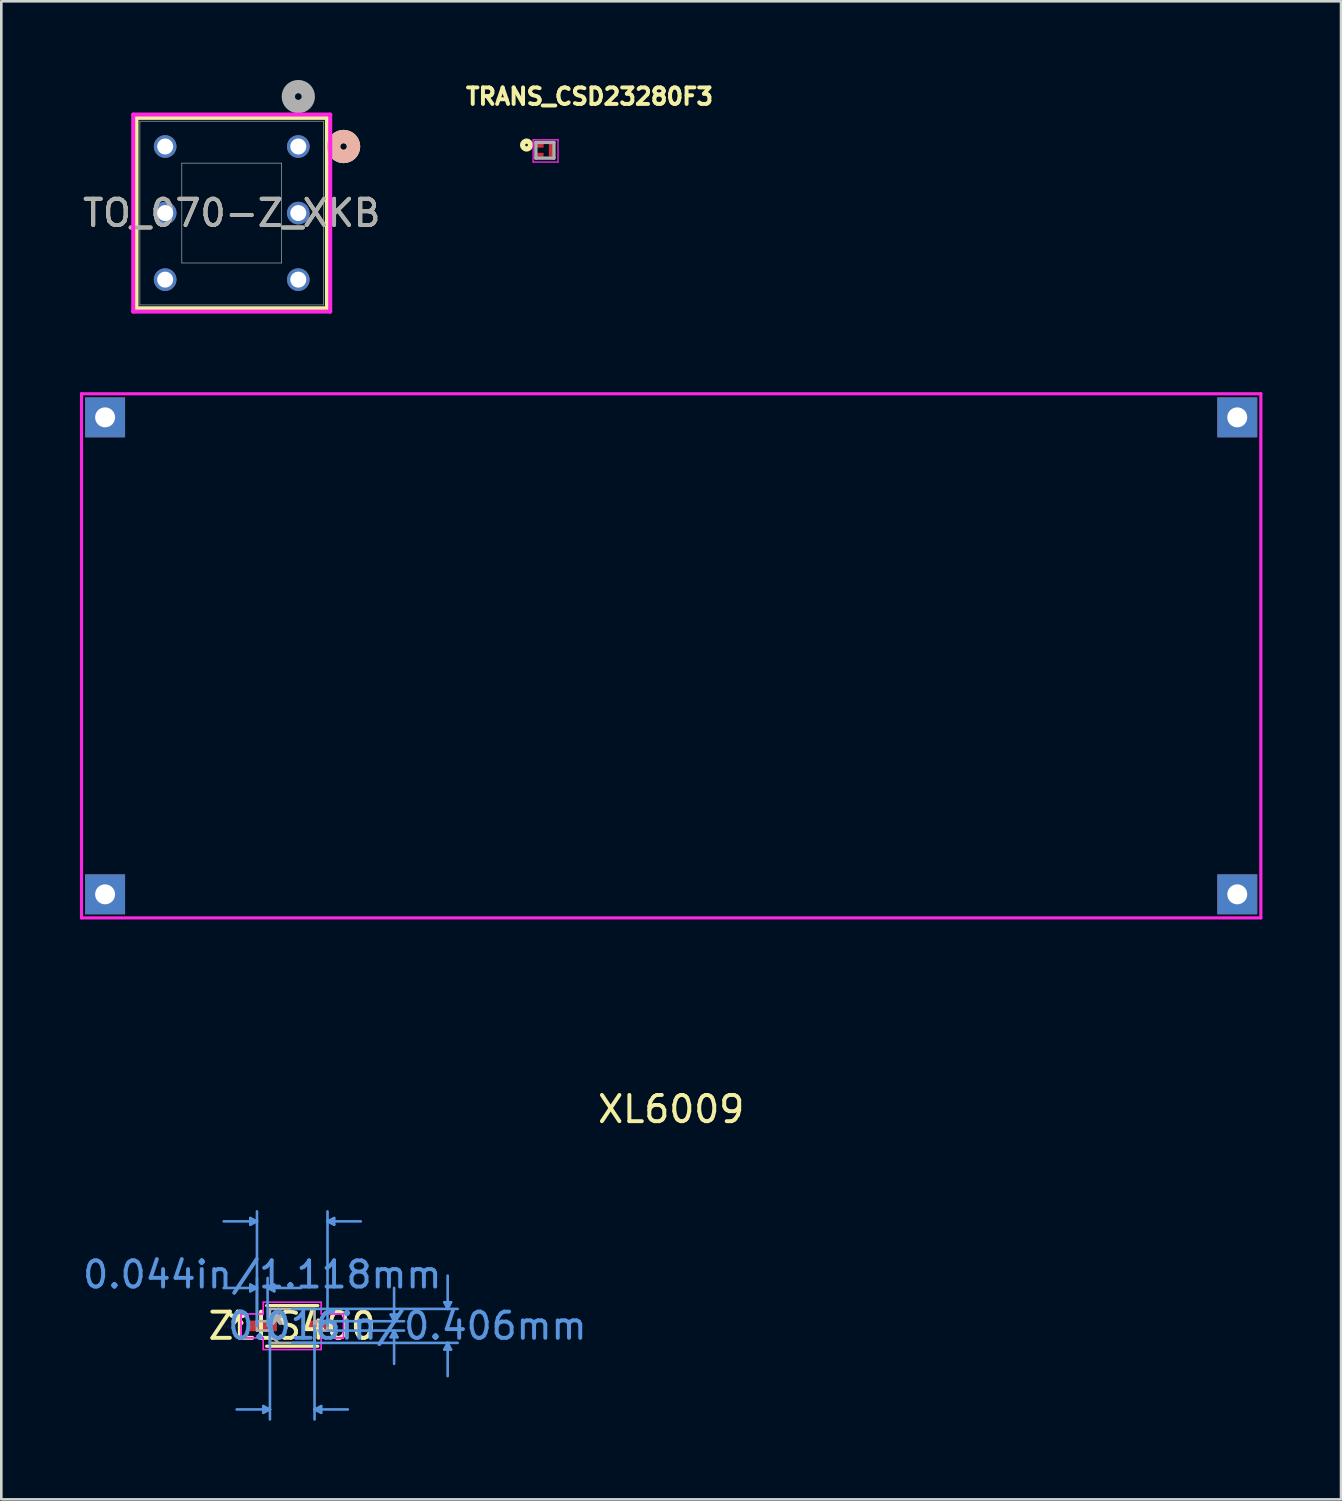
<source format=kicad_pcb>
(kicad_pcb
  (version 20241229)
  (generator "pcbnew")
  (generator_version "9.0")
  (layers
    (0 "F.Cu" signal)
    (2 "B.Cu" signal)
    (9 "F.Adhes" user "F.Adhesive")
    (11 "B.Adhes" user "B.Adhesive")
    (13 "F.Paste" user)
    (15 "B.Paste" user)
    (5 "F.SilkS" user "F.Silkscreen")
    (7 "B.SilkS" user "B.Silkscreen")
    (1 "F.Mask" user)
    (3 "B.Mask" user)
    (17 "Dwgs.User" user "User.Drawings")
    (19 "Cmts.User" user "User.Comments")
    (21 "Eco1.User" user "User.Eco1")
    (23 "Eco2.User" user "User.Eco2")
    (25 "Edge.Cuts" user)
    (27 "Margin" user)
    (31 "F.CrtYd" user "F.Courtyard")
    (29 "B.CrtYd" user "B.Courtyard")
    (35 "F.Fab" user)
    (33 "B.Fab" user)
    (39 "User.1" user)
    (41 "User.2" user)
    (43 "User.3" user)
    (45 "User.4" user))
  (footprint "XL6009"
    (layer "F.Cu")
    (at 22.56 22.175)
    (property "Reference" "XL6009" (at 0 17.1 0) (layer "F.SilkS") (effects (font (size 1 1) (thickness 0.15))))
    (attr through_hole)
    (fp_line (start -22.5 -10.2) (end -22.5 9.8) (stroke (width 0.12) (type solid)) (layer "F.CrtYd"))
    (fp_line (start -22.5 -10.2) (end 22.5 -10.2) (stroke (width 0.12) (type solid)) (layer "F.CrtYd"))
    (fp_line (start -22.5 9.8) (end 22.5 9.8) (stroke (width 0.12) (type solid)) (layer "F.CrtYd"))
    (fp_line (start 22.5 -10.2) (end 22.5 9.8) (stroke (width 0.12) (type solid)) (layer "F.CrtYd"))
    (pad "I+" thru_hole rect (at -21.6 -9.3) (size 1.524 1.524) (drill 0.762) (layers "*.Cu" "*.Mask"))
    (pad "I-" thru_hole rect (at -21.6 8.9) (size 1.524 1.524) (drill 0.762) (layers "*.Cu" "*.Mask"))
    (pad "O+" thru_hole rect (at 21.6 -9.3) (size 1.524 1.524) (drill 0.762) (layers "*.Cu" "*.Mask"))
    (pad "O-" thru_hole rect (at 21.6 8.9) (size 1.524 1.524) (drill 0.762) (layers "*.Cu" "*.Mask")))
  (footprint "ZLLS400"
    (layer "F.Cu")
    (at 8.101 47.542)
    (property "Reference" "ZLLS400" (at 0 0 0) (layer "F.SilkS") (effects (font (size 1 1) (thickness 0.15))))
    (attr through_hole)
    (fp_line (start -0.978 0.775) (end 0.978 0.775) (stroke (width 0.12) (type solid)) (layer "F.SilkS"))
    (fp_line (start 0.978 -0.775) (end -0.978 -0.775) (stroke (width 0.12) (type solid)) (layer "F.SilkS"))
    (fp_line (start -1.6 -4.115) (end -1.6 -3.861) (stroke (width 0.1) (type solid)) (layer "Cmts.User"))
    (fp_line (start -1.6 -1.575) (end -1.6 -1.321) (stroke (width 0.1) (type solid)) (layer "Cmts.User"))
    (fp_line (start -1.346 -3.988) (end -2.616 -3.988) (stroke (width 0.1) (type solid)) (layer "Cmts.User"))
    (fp_line (start -1.346 -3.988) (end -1.6 -4.115) (stroke (width 0.1) (type solid)) (layer "Cmts.User"))
    (fp_line (start -1.346 -3.988) (end -1.6 -3.861) (stroke (width 0.1) (type solid)) (layer "Cmts.User"))
    (fp_line (start -1.346 -1.448) (end -2.616 -1.448) (stroke (width 0.1) (type solid)) (layer "Cmts.User"))
    (fp_line (start -1.346 -1.448) (end -1.6 -1.575) (stroke (width 0.1) (type solid)) (layer "Cmts.User"))
    (fp_line (start -1.346 -1.448) (end -1.6 -1.321) (stroke (width 0.1) (type solid)) (layer "Cmts.User"))
    (fp_line (start -1.346 0) (end -1.346 -4.369) (stroke (width 0.1) (type solid)) (layer "Cmts.User"))
    (fp_line (start -1.346 0) (end -1.346 -1.829) (stroke (width 0.1) (type solid)) (layer "Cmts.User"))
    (fp_line (start -1.105 3.061) (end -1.105 3.315) (stroke (width 0.1) (type solid)) (layer "Cmts.User"))
    (fp_line (start -0.94 -1.448) (end -0.686 -1.575) (stroke (width 0.1) (type solid)) (layer "Cmts.User"))
    (fp_line (start -0.94 -1.448) (end -0.686 -1.321) (stroke (width 0.1) (type solid)) (layer "Cmts.User"))
    (fp_line (start -0.94 -1.448) (end 0.33 -1.448) (stroke (width 0.1) (type solid)) (layer "Cmts.User"))
    (fp_line (start -0.94 0) (end -0.94 -1.829) (stroke (width 0.1) (type solid)) (layer "Cmts.User"))
    (fp_line (start -0.851 0) (end -0.851 3.569) (stroke (width 0.1) (type solid)) (layer "Cmts.User"))
    (fp_line (start -0.851 3.188) (end -2.121 3.188) (stroke (width 0.1) (type solid)) (layer "Cmts.User"))
    (fp_line (start -0.851 3.188) (end -1.105 3.061) (stroke (width 0.1) (type solid)) (layer "Cmts.User"))
    (fp_line (start -0.851 3.188) (end -1.105 3.315) (stroke (width 0.1) (type solid)) (layer "Cmts.User"))
    (fp_line (start -0.686 -1.575) (end -0.686 -1.321) (stroke (width 0.1) (type solid)) (layer "Cmts.User"))
    (fp_line (start 0 -0.648) (end 6.312 -0.648) (stroke (width 0.1) (type solid)) (layer "Cmts.User"))
    (fp_line (start 0 0.648) (end 6.312 0.648) (stroke (width 0.1) (type solid)) (layer "Cmts.User"))
    (fp_line (start 0.851 0) (end 0.851 3.569) (stroke (width 0.1) (type solid)) (layer "Cmts.User"))
    (fp_line (start 0.851 3.188) (end 1.105 3.061) (stroke (width 0.1) (type solid)) (layer "Cmts.User"))
    (fp_line (start 0.851 3.188) (end 1.105 3.315) (stroke (width 0.1) (type solid)) (layer "Cmts.User"))
    (fp_line (start 0.851 3.188) (end 2.121 3.188) (stroke (width 0.1) (type solid)) (layer "Cmts.User"))
    (fp_line (start 1.105 3.061) (end 1.105 3.315) (stroke (width 0.1) (type solid)) (layer "Cmts.User"))
    (fp_line (start 1.346 -3.988) (end 1.6 -4.115) (stroke (width 0.1) (type solid)) (layer "Cmts.User"))
    (fp_line (start 1.346 -3.988) (end 1.6 -3.861) (stroke (width 0.1) (type solid)) (layer "Cmts.User"))
    (fp_line (start 1.346 -3.988) (end 2.616 -3.988) (stroke (width 0.1) (type solid)) (layer "Cmts.User"))
    (fp_line (start 1.346 -0.178) (end 4.267 -0.178) (stroke (width 0.1) (type solid)) (layer "Cmts.User"))
    (fp_line (start 1.346 0) (end 1.346 -4.369) (stroke (width 0.1) (type solid)) (layer "Cmts.User"))
    (fp_line (start 1.346 0.178) (end 4.267 0.178) (stroke (width 0.1) (type solid)) (layer "Cmts.User"))
    (fp_line (start 1.6 -4.115) (end 1.6 -3.861) (stroke (width 0.1) (type solid)) (layer "Cmts.User"))
    (fp_line (start 3.759 -0.432) (end 4.013 -0.432) (stroke (width 0.1) (type solid)) (layer "Cmts.User"))
    (fp_line (start 3.759 0.432) (end 4.013 0.432) (stroke (width 0.1) (type solid)) (layer "Cmts.User"))
    (fp_line (start 3.886 -0.178) (end 3.759 -0.432) (stroke (width 0.1) (type solid)) (layer "Cmts.User"))
    (fp_line (start 3.886 -0.178) (end 3.886 -1.448) (stroke (width 0.1) (type solid)) (layer "Cmts.User"))
    (fp_line (start 3.886 -0.178) (end 4.013 -0.432) (stroke (width 0.1) (type solid)) (layer "Cmts.User"))
    (fp_line (start 3.886 0.178) (end 3.759 0.432) (stroke (width 0.1) (type solid)) (layer "Cmts.User"))
    (fp_line (start 3.886 0.178) (end 3.886 1.448) (stroke (width 0.1) (type solid)) (layer "Cmts.User"))
    (fp_line (start 3.886 0.178) (end 4.013 0.432) (stroke (width 0.1) (type solid)) (layer "Cmts.User"))
    (fp_line (start 5.804 -0.902) (end 6.058 -0.902) (stroke (width 0.1) (type solid)) (layer "Cmts.User"))
    (fp_line (start 5.804 0.902) (end 6.058 0.902) (stroke (width 0.1) (type solid)) (layer "Cmts.User"))
    (fp_line (start 5.931 -0.648) (end 5.804 -0.902) (stroke (width 0.1) (type solid)) (layer "Cmts.User"))
    (fp_line (start 5.931 -0.648) (end 5.931 -1.918) (stroke (width 0.1) (type solid)) (layer "Cmts.User"))
    (fp_line (start 5.931 -0.648) (end 6.058 -0.902) (stroke (width 0.1) (type solid)) (layer "Cmts.User"))
    (fp_line (start 5.931 0.648) (end 5.804 0.902) (stroke (width 0.1) (type solid)) (layer "Cmts.User"))
    (fp_line (start 5.931 0.648) (end 5.931 1.918) (stroke (width 0.1) (type solid)) (layer "Cmts.User"))
    (fp_line (start 5.931 0.648) (end 6.058 0.902) (stroke (width 0.1) (type solid)) (layer "Cmts.User"))
    (fp_line (start -1.956 -0.457) (end -1.105 -0.457) (stroke (width 0.05) (type solid)) (layer "F.CrtYd"))
    (fp_line (start -1.956 -0.457) (end -1.105 -0.457) (stroke (width 0.05) (type solid)) (layer "F.CrtYd"))
    (fp_line (start -1.956 0.457) (end -1.956 -0.457) (stroke (width 0.05) (type solid)) (layer "F.CrtYd"))
    (fp_line (start -1.956 0.457) (end -1.956 -0.457) (stroke (width 0.05) (type solid)) (layer "F.CrtYd"))
    (fp_line (start -1.105 -0.902) (end 1.105 -0.902) (stroke (width 0.05) (type solid)) (layer "F.CrtYd"))
    (fp_line (start -1.105 -0.902) (end 1.105 -0.902) (stroke (width 0.05) (type solid)) (layer "F.CrtYd"))
    (fp_line (start -1.105 -0.457) (end -1.105 -0.902) (stroke (width 0.05) (type solid)) (layer "F.CrtYd"))
    (fp_line (start -1.105 -0.457) (end -1.105 -0.902) (stroke (width 0.05) (type solid)) (layer "F.CrtYd"))
    (fp_line (start -1.105 0.457) (end -1.956 0.457) (stroke (width 0.05) (type solid)) (layer "F.CrtYd"))
    (fp_line (start -1.105 0.457) (end -1.956 0.457) (stroke (width 0.05) (type solid)) (layer "F.CrtYd"))
    (fp_line (start -1.105 0.902) (end -1.105 0.457) (stroke (width 0.05) (type solid)) (layer "F.CrtYd"))
    (fp_line (start -1.105 0.902) (end -1.105 0.457) (stroke (width 0.05) (type solid)) (layer "F.CrtYd"))
    (fp_line (start 1.105 -0.902) (end 1.105 -0.457) (stroke (width 0.05) (type solid)) (layer "F.CrtYd"))
    (fp_line (start 1.105 -0.902) (end 1.105 -0.457) (stroke (width 0.05) (type solid)) (layer "F.CrtYd"))
    (fp_line (start 1.105 -0.457) (end 1.956 -0.457) (stroke (width 0.05) (type solid)) (layer "F.CrtYd"))
    (fp_line (start 1.105 -0.457) (end 1.956 -0.457) (stroke (width 0.05) (type solid)) (layer "F.CrtYd"))
    (fp_line (start 1.105 0.457) (end 1.105 0.902) (stroke (width 0.05) (type solid)) (layer "F.CrtYd"))
    (fp_line (start 1.105 0.457) (end 1.105 0.902) (stroke (width 0.05) (type solid)) (layer "F.CrtYd"))
    (fp_line (start 1.105 0.902) (end -1.105 0.902) (stroke (width 0.05) (type solid)) (layer "F.CrtYd"))
    (fp_line (start 1.105 0.902) (end -1.105 0.902) (stroke (width 0.05) (type solid)) (layer "F.CrtYd"))
    (fp_line (start 1.956 -0.457) (end 1.956 0.457) (stroke (width 0.05) (type solid)) (layer "F.CrtYd"))
    (fp_line (start 1.956 -0.457) (end 1.956 0.457) (stroke (width 0.05) (type solid)) (layer "F.CrtYd"))
    (fp_line (start 1.956 0.457) (end 1.105 0.457) (stroke (width 0.05) (type solid)) (layer "F.CrtYd"))
    (fp_line (start 1.956 0.457) (end 1.105 0.457) (stroke (width 0.05) (type solid)) (layer "F.CrtYd"))
    (fp_line (start -1.346 -0.178) (end -1.346 0.178) (stroke (width 0.1) (type solid)) (layer "F.Fab"))
    (fp_line (start -1.346 0.178) (end -0.851 0.178) (stroke (width 0.1) (type solid)) (layer "F.Fab"))
    (fp_line (start -0.851 -0.648) (end -0.851 0.648) (stroke (width 0.1) (type solid)) (layer "F.Fab"))
    (fp_line (start -0.851 -0.324) (end -0.527 -0.648) (stroke (width 0.1) (type solid)) (layer "F.Fab"))
    (fp_line (start -0.851 -0.178) (end -1.346 -0.178) (stroke (width 0.1) (type solid)) (layer "F.Fab"))
    (fp_line (start -0.851 0.178) (end -0.851 -0.178) (stroke (width 0.1) (type solid)) (layer "F.Fab"))
    (fp_line (start -0.851 0.324) (end -0.527 0.648) (stroke (width 0.1) (type solid)) (layer "F.Fab"))
    (fp_line (start -0.851 0.648) (end 0.851 0.648) (stroke (width 0.1) (type solid)) (layer "F.Fab"))
    (fp_line (start 0.851 -0.648) (end -0.851 -0.648) (stroke (width 0.1) (type solid)) (layer "F.Fab"))
    (fp_line (start 0.851 -0.178) (end 0.851 0.178) (stroke (width 0.1) (type solid)) (layer "F.Fab"))
    (fp_line (start 0.851 0.178) (end 1.346 0.178) (stroke (width 0.1) (type solid)) (layer "F.Fab"))
    (fp_line (start 0.851 0.648) (end 0.851 -0.648) (stroke (width 0.1) (type solid)) (layer "F.Fab"))
    (fp_line (start 1.346 -0.178) (end 0.851 -0.178) (stroke (width 0.1) (type solid)) (layer "F.Fab"))
    (fp_line (start 1.346 0.178) (end 1.346 -0.178) (stroke (width 0.1) (type solid)) (layer "F.Fab"))
    (fp_text user "*" (at -2.083 0 0) (layer "F.SilkS") (effects (font (size 1 1) (thickness 0.15))))
    (fp_text user "*" (at -2.083 0 0) (layer "F.SilkS") (effects (font (size 1 1) (thickness 0.15))))
    (fp_text user "Copyright 2021 Accelerated Designs. All rights reserved." (at 0 0 0) (layer "Cmts.User") (effects (font (size 0.127 0.127) (thickness 0.002))))
    (fp_text user "0.044in/1.118mm" (at -1.143 -1.956 0) (layer "Cmts.User") (effects (font (size 1 1) (thickness 0.15))))
    (fp_text user "0.016in/0.406mm" (at 4.394 0 0) (layer "Cmts.User") (effects (font (size 1 1) (thickness 0.15))))
    (fp_text user "*" (at -0.597 0 0) (layer "F.Fab") (effects (font (size 1 1) (thickness 0.15))))
    (fp_text user "*" (at -0.597 0 0) (layer "F.Fab") (effects (font (size 1 1) (thickness 0.15))))
    (pad "1" smd rect (at -1.143 0) (size 1.118 0.406) (layers "F.Cu" "F.Mask" "F.Paste"))
    (pad "2" smd rect (at 1.143 0) (size 1.118 0.406) (layers "F.Cu" "F.Mask" "F.Paste")))
  (footprint "TO_070-Z_XKB"
    (layer "F.Cu")
    (at 8.332 2.54)
    (property "Reference" "TO_070-Z_XKB" (at -2.54 2.54 0) (unlocked yes) (layer "F.SilkS") (effects (font (size 1 1) (thickness 0.15))))
    (attr through_hole)
    (fp_line (start -6.172 -1.092) (end -6.172 6.172) (stroke (width 0.152) (type solid)) (layer "F.SilkS"))
    (fp_line (start -6.172 6.172) (end 1.092 6.172) (stroke (width 0.152) (type solid)) (layer "F.SilkS"))
    (fp_line (start 1.092 -1.092) (end -6.172 -1.092) (stroke (width 0.152) (type solid)) (layer "F.SilkS"))
    (fp_line (start 1.092 6.172) (end 1.092 -1.092) (stroke (width 0.152) (type solid)) (layer "F.SilkS"))
    (fp_circle (center 1.727 0) (end 2.108 0) (stroke (width 0.508) (type solid)) (fill no) (layer "F.SilkS"))
    (fp_circle (center 1.727 0) (end 2.108 0) (stroke (width 0.508) (type solid)) (fill no) (layer "B.SilkS"))
    (fp_line (start -6.299 -1.219) (end -6.299 6.299) (stroke (width 0.152) (type solid)) (layer "F.CrtYd"))
    (fp_line (start -6.299 6.299) (end 1.219 6.299) (stroke (width 0.152) (type solid)) (layer "F.CrtYd"))
    (fp_line (start 1.219 -1.219) (end -6.299 -1.219) (stroke (width 0.152) (type solid)) (layer "F.CrtYd"))
    (fp_line (start 1.219 6.299) (end 1.219 -1.219) (stroke (width 0.152) (type solid)) (layer "F.CrtYd"))
    (fp_line (start -6.045 -0.965) (end -6.045 6.045) (stroke (width 0.025) (type solid)) (layer "F.Fab"))
    (fp_line (start -6.045 6.045) (end 0.965 6.045) (stroke (width 0.025) (type solid)) (layer "F.Fab"))
    (fp_line (start -4.445 0.635) (end -4.445 4.445) (stroke (width 0.025) (type solid)) (layer "F.Fab"))
    (fp_line (start -4.445 4.445) (end -0.635 4.445) (stroke (width 0.025) (type solid)) (layer "F.Fab"))
    (fp_line (start -0.635 0.635) (end -4.445 0.635) (stroke (width 0.025) (type solid)) (layer "F.Fab"))
    (fp_line (start -0.635 4.445) (end -0.635 0.635) (stroke (width 0.025) (type solid)) (layer "F.Fab"))
    (fp_line (start 0.965 -0.965) (end -6.045 -0.965) (stroke (width 0.025) (type solid)) (layer "F.Fab"))
    (fp_line (start 0.965 6.045) (end 0.965 -0.965) (stroke (width 0.025) (type solid)) (layer "F.Fab"))
    (fp_circle (center 0 -1.905) (end 0.381 -1.905) (stroke (width 0.508) (type solid)) (fill no) (layer "F.Fab"))
    (fp_text user "${REFERENCE}" (at -2.54 2.54 0) (unlocked yes) (layer "F.Fab") (effects (font (size 1 1) (thickness 0.15))))
    (pad "1" thru_hole circle (at 0 0) (size 0.864 0.864) (drill 0.61) (layers "*.Cu" "*.Mask"))
    (pad "2" thru_hole circle (at 0 2.54) (size 0.864 0.864) (drill 0.61) (layers "*.Cu" "*.Mask"))
    (pad "3" thru_hole circle (at 0 5.08) (size 0.864 0.864) (drill 0.61) (layers "*.Cu" "*.Mask"))
    (pad "4" thru_hole circle (at -5.08 0) (size 0.864 0.864) (drill 0.61) (layers "*.Cu" "*.Mask"))
    (pad "5" thru_hole circle (at -5.08 2.54) (size 0.864 0.864) (drill 0.61) (layers "*.Cu" "*.Mask"))
    (pad "6" thru_hole circle (at -5.08 5.08) (size 0.864 0.864) (drill 0.61) (layers "*.Cu" "*.Mask")))
  (footprint "TRANS_CSD23280F3"
    (layer "F.Cu")
    (at 17.742 2.684)
    (property "Reference" "TRANS_CSD23280F3" (at 1.701 -2.052 0) (layer "F.SilkS") (effects (font (size 0.63 0.63) (thickness 0.15))))
    (attr through_hole)
    (fp_poly (pts (xy -0.351 -0.3) (xy 0 -0.3) (xy 0 -0.05) (xy -0.351 -0.05)) (stroke (width 0.01) (type solid)) (fill yes) (layer "F.Mask"))
    (fp_poly (pts (xy -0.351 0.05) (xy 0 0.05) (xy 0 0.301) (xy -0.351 0.301)) (stroke (width 0.01) (type solid)) (fill yes) (layer "F.Mask"))
    (fp_poly (pts (xy 0.1 -0.3) (xy 0.35 -0.3) (xy 0.35 0.301) (xy 0.1 0.301)) (stroke (width 0.01) (type solid)) (fill yes) (layer "F.Mask"))
    (fp_circle (center -0.7 -0.2) (end -0.65 -0.2) (stroke (width 0.2) (type solid)) (fill no) (layer "F.SilkS"))
    (fp_line (start -0.45 -0.4) (end 0.5 -0.4) (stroke (width 0.05) (type solid)) (layer "F.CrtYd"))
    (fp_line (start -0.45 0.45) (end -0.45 -0.4) (stroke (width 0.05) (type solid)) (layer "F.CrtYd"))
    (fp_line (start 0.5 -0.4) (end 0.5 0.45) (stroke (width 0.05) (type solid)) (layer "F.CrtYd"))
    (fp_line (start 0.5 0.45) (end -0.45 0.45) (stroke (width 0.05) (type solid)) (layer "F.CrtYd"))
    (fp_line (start -0.345 -0.3) (end 0.345 -0.3) (stroke (width 0.127) (type solid)) (layer "F.Fab"))
    (fp_line (start -0.345 0.3) (end -0.345 -0.3) (stroke (width 0.127) (type solid)) (layer "F.Fab"))
    (fp_line (start 0.345 -0.3) (end 0.345 0.3) (stroke (width 0.127) (type solid)) (layer "F.Fab"))
    (fp_line (start 0.345 0.3) (end -0.345 0.3) (stroke (width 0.127) (type solid)) (layer "F.Fab"))
    (pad "1" smd roundrect (at -0.175 -0.175) (size 0.25 0.15) (layers "F.Cu" "F.Paste") (roundrect_rratio 0.02))
    (pad "2" smd roundrect (at -0.175 0.175) (size 0.25 0.15) (layers "F.Cu" "F.Paste") (roundrect_rratio 0.02))
    (pad "3" smd roundrect (at 0.225 0) (size 0.15 0.5) (layers "F.Cu" "F.Paste") (roundrect_rratio 0.07)))
  (gr_rect
    (start -3 -3)
    (end 48.12 54.161)
    (stroke (width 0.1) (type default))
    (fill no)
    (layer "Edge.Cuts")))
</source>
